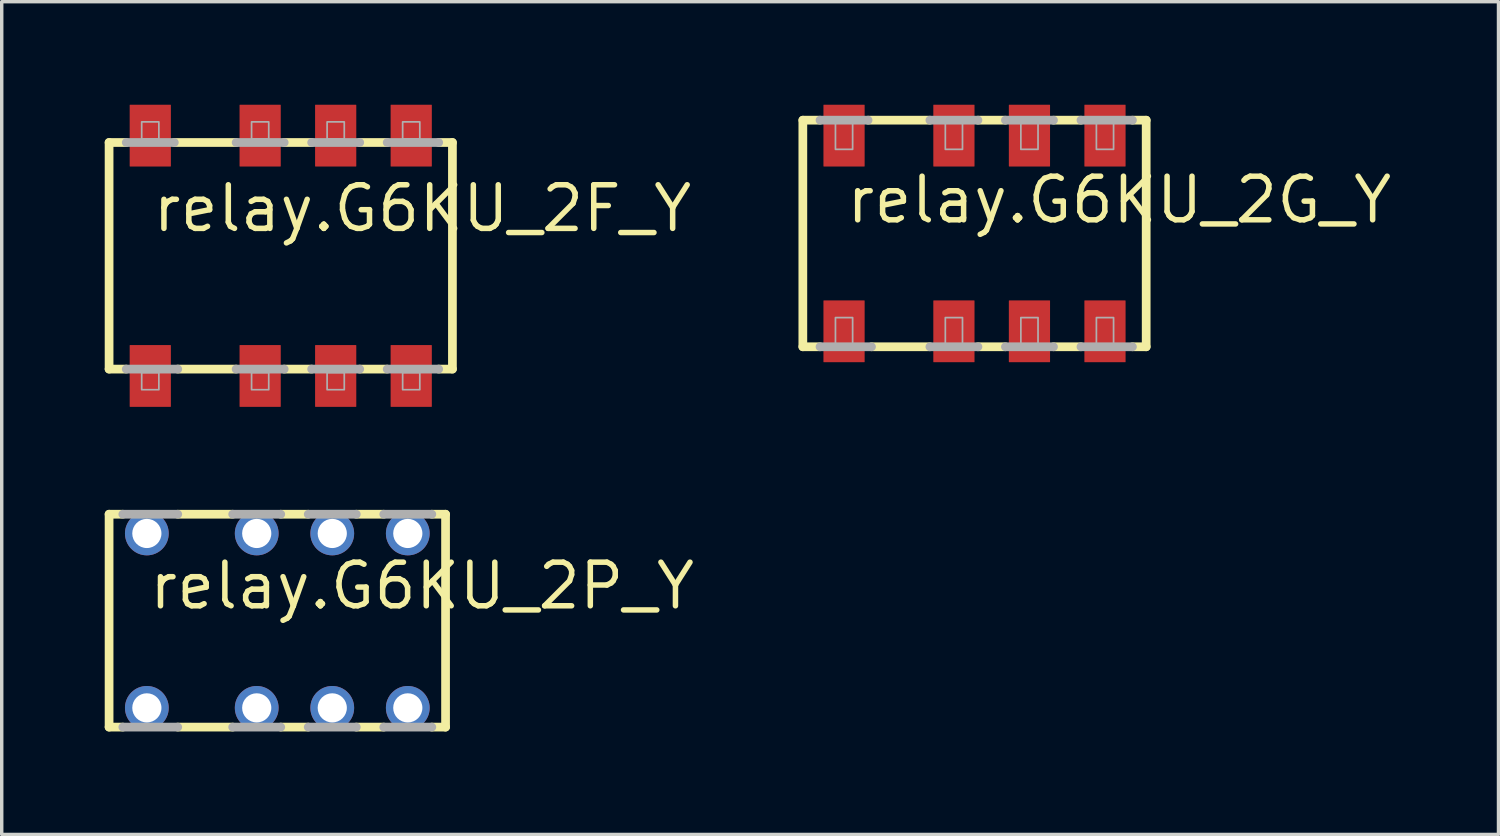
<source format=kicad_pcb>
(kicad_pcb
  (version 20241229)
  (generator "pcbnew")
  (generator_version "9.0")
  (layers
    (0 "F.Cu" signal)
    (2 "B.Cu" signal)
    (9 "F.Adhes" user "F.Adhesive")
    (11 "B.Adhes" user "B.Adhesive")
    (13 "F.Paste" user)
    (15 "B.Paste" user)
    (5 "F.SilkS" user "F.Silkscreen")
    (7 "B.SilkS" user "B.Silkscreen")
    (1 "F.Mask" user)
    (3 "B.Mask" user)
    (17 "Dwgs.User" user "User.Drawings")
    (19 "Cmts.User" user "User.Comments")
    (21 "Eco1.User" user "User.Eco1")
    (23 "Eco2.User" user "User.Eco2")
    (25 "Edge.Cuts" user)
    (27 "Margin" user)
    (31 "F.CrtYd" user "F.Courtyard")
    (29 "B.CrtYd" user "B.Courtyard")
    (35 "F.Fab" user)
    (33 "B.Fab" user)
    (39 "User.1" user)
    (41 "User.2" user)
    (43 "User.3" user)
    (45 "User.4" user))
  (footprint "relay.G6KU_2P_Y"
    (layer "F.Cu")
    (at 5.027 15.027)
    (property "Reference" "relay.G6KU_2P_Y" (at -3.81 -0.27 0) (layer "F.SilkS") (effects (font (size 1.27 1.27) (thickness 0.16)) (justify left bottom)))
    (attr through_hole)
    (fp_line (start -4.9 3.1) (end -4.9 -3.1) (stroke (width 0.254) (type default)) (layer "F.SilkS"))
    (fp_line (start -4.5 -3.1) (end -4.9 -3.1) (stroke (width 0.254) (type default)) (layer "F.SilkS"))
    (fp_line (start -4.5 3.1) (end -4.9 3.1) (stroke (width 0.254) (type default)) (layer "F.SilkS"))
    (fp_line (start -2.9 -3.1) (end -1.3 -3.1) (stroke (width 0.254) (type default)) (layer "F.SilkS"))
    (fp_line (start -1.3 3.1) (end -2.9 3.1) (stroke (width 0.254) (type default)) (layer "F.SilkS"))
    (fp_line (start 0.9 -3.1) (end 0.1 -3.1) (stroke (width 0.254) (type default)) (layer "F.SilkS"))
    (fp_line (start 0.9 3.1) (end 0.1 3.1) (stroke (width 0.254) (type default)) (layer "F.SilkS"))
    (fp_line (start 3.1 -3.1) (end 2.3 -3.1) (stroke (width 0.254) (type default)) (layer "F.SilkS"))
    (fp_line (start 3.1 3.1) (end 2.3 3.1) (stroke (width 0.254) (type default)) (layer "F.SilkS"))
    (fp_line (start 4.9 -3.1) (end 4.5 -3.1) (stroke (width 0.254) (type default)) (layer "F.SilkS"))
    (fp_line (start 4.9 -3.1) (end 4.9 3.1) (stroke (width 0.254) (type default)) (layer "F.SilkS"))
    (fp_line (start 4.9 3.1) (end 4.5 3.1) (stroke (width 0.254) (type default)) (layer "F.SilkS"))
    (fp_line (start -4.5 -3.1) (end -2.9 -3.1) (stroke (width 0.254) (type default)) (layer "F.Fab"))
    (fp_line (start -2.9 3.1) (end -4.5 3.1) (stroke (width 0.254) (type default)) (layer "F.Fab"))
    (fp_line (start -1.3 -3.1) (end 0.1 -3.1) (stroke (width 0.254) (type default)) (layer "F.Fab"))
    (fp_line (start 0.1 3.1) (end -1.3 3.1) (stroke (width 0.254) (type default)) (layer "F.Fab"))
    (fp_line (start 0.9 -3.1) (end 2.3 -3.1) (stroke (width 0.254) (type default)) (layer "F.Fab"))
    (fp_line (start 2.3 3.1) (end 0.9 3.1) (stroke (width 0.254) (type default)) (layer "F.Fab"))
    (fp_line (start 3.1 -3.1) (end 4.5 -3.1) (stroke (width 0.254) (type default)) (layer "F.Fab"))
    (fp_line (start 4.5 3.1) (end 3.1 3.1) (stroke (width 0.254) (type default)) (layer "F.Fab"))
    (pad "1" thru_hole circle (at -3.8 2.54) (size 1.275 1.275) (drill 0.85) (layers "*.Cu" "*.Mask"))
    (pad "2" thru_hole circle (at -0.6 2.54) (size 1.275 1.275) (drill 0.85) (layers "*.Cu" "*.Mask"))
    (pad "3" thru_hole circle (at 1.6 2.54) (size 1.275 1.275) (drill 0.85) (layers "*.Cu" "*.Mask"))
    (pad "4" thru_hole circle (at 3.8 2.54) (size 1.275 1.275) (drill 0.85) (layers "*.Cu" "*.Mask"))
    (pad "5" thru_hole circle (at 3.8 -2.54) (size 1.275 1.275) (drill 0.85) (layers "*.Cu" "*.Mask"))
    (pad "6" thru_hole circle (at 1.6 -2.54) (size 1.275 1.275) (drill 0.85) (layers "*.Cu" "*.Mask"))
    (pad "7" thru_hole circle (at -0.6 -2.54) (size 1.275 1.275) (drill 0.85) (layers "*.Cu" "*.Mask"))
    (pad "8" thru_hole circle (at -3.8 -2.54) (size 1.275 1.275) (drill 0.85) (layers "*.Cu" "*.Mask")))
  (footprint "relay.G6KU_2G_Y"
    (layer "F.Cu")
    (at 25.333 3.75)
    (property "Reference" "relay.G6KU_2G_Y" (at -3.81 -0.235 0) (layer "F.SilkS") (effects (font (size 1.27 1.27) (thickness 0.16)) (justify left bottom)))
    (attr smd)
    (fp_line (start -5 -3.3) (end -4.5 -3.3) (stroke (width 0.254) (type default)) (layer "F.SilkS"))
    (fp_line (start -5 3.3) (end -5 -3.3) (stroke (width 0.254) (type default)) (layer "F.SilkS"))
    (fp_line (start -5 3.3) (end -4.5 3.3) (stroke (width 0.254) (type default)) (layer "F.SilkS"))
    (fp_line (start -3.1 -3.3) (end -1.3 -3.3) (stroke (width 0.254) (type default)) (layer "F.SilkS"))
    (fp_line (start -1.3 3.3) (end -3 3.3) (stroke (width 0.254) (type default)) (layer "F.SilkS"))
    (fp_line (start 0.1 -3.3) (end 0.9 -3.3) (stroke (width 0.254) (type default)) (layer "F.SilkS"))
    (fp_line (start 0.9 3.3) (end 0.1 3.3) (stroke (width 0.254) (type default)) (layer "F.SilkS"))
    (fp_line (start 2.3 -3.3) (end 3.1 -3.3) (stroke (width 0.254) (type default)) (layer "F.SilkS"))
    (fp_line (start 3.1 3.3) (end 2.3 3.3) (stroke (width 0.254) (type default)) (layer "F.SilkS"))
    (fp_line (start 5 -3.3) (end 4.6 -3.3) (stroke (width 0.254) (type default)) (layer "F.SilkS"))
    (fp_line (start 5 -3.3) (end 5 3.3) (stroke (width 0.254) (type default)) (layer "F.SilkS"))
    (fp_line (start 5 3.3) (end 4.6 3.3) (stroke (width 0.254) (type default)) (layer "F.SilkS"))
    (fp_line (start -4.5 -3.3) (end -3.1 -3.3) (stroke (width 0.254) (type default)) (layer "F.Fab"))
    (fp_line (start -3 3.3) (end -4.5 3.3) (stroke (width 0.254) (type default)) (layer "F.Fab"))
    (fp_line (start -1.3 -3.3) (end 0.1 -3.3) (stroke (width 0.254) (type default)) (layer "F.Fab"))
    (fp_line (start 0.1 3.3) (end -1.3 3.3) (stroke (width 0.254) (type default)) (layer "F.Fab"))
    (fp_line (start 0.9 -3.3) (end 2.3 -3.3) (stroke (width 0.254) (type default)) (layer "F.Fab"))
    (fp_line (start 2.3 3.3) (end 0.9 3.3) (stroke (width 0.254) (type default)) (layer "F.Fab"))
    (fp_line (start 3.1 -3.3) (end 4.6 -3.3) (stroke (width 0.254) (type default)) (layer "F.Fab"))
    (fp_line (start 4.6 3.3) (end 3.1 3.3) (stroke (width 0.254) (type default)) (layer "F.Fab"))
    (fp_rect (start -4.05 -2.45) (end -3.55 -3.25) (stroke (width 0.05) (type default)) (fill no) (layer "F.Fab"))
    (fp_rect (start -4.05 3.25) (end -3.55 2.45) (stroke (width 0.05) (type default)) (fill no) (layer "F.Fab"))
    (fp_rect (start -0.85 -2.45) (end -0.35 -3.25) (stroke (width 0.05) (type default)) (fill no) (layer "F.Fab"))
    (fp_rect (start -0.85 3.25) (end -0.35 2.45) (stroke (width 0.05) (type default)) (fill no) (layer "F.Fab"))
    (fp_rect (start 1.35 -2.45) (end 1.85 -3.25) (stroke (width 0.05) (type default)) (fill no) (layer "F.Fab"))
    (fp_rect (start 1.35 3.25) (end 1.85 2.45) (stroke (width 0.05) (type default)) (fill no) (layer "F.Fab"))
    (fp_rect (start 3.55 -2.45) (end 4.05 -3.25) (stroke (width 0.05) (type default)) (fill no) (layer "F.Fab"))
    (fp_rect (start 3.55 3.25) (end 4.05 2.45) (stroke (width 0.05) (type default)) (fill no) (layer "F.Fab"))
    (pad "1" smd roundrect (at -3.8 2.85) (size 1.2 1.8) (layers "F.Cu" "F.Mask" "F.Paste") (roundrect_rratio 0.01))
    (pad "2" smd roundrect (at -0.6 2.85) (size 1.2 1.8) (layers "F.Cu" "F.Mask" "F.Paste") (roundrect_rratio 0.01))
    (pad "3" smd roundrect (at 1.6 2.85) (size 1.2 1.8) (layers "F.Cu" "F.Mask" "F.Paste") (roundrect_rratio 0.01))
    (pad "4" smd roundrect (at 3.8 2.85) (size 1.2 1.8) (layers "F.Cu" "F.Mask" "F.Paste") (roundrect_rratio 0.01))
    (pad "5" smd roundrect (at 3.8 -2.85) (size 1.2 1.8) (layers "F.Cu" "F.Mask" "F.Paste") (roundrect_rratio 0.01))
    (pad "6" smd roundrect (at 1.6 -2.85) (size 1.2 1.8) (layers "F.Cu" "F.Mask" "F.Paste") (roundrect_rratio 0.01))
    (pad "7" smd roundrect (at -0.6 -2.85) (size 1.2 1.8) (layers "F.Cu" "F.Mask" "F.Paste") (roundrect_rratio 0.01))
    (pad "8" smd roundrect (at -3.8 -2.85) (size 1.2 1.8) (layers "F.Cu" "F.Mask" "F.Paste") (roundrect_rratio 0.01)))
  (footprint "relay.G6KU_2F_Y"
    (layer "F.Cu")
    (at 5.127 4.4)
    (property "Reference" "relay.G6KU_2F_Y" (at -3.81 -0.635 0) (layer "F.SilkS") (effects (font (size 1.27 1.27) (thickness 0.16)) (justify left bottom)))
    (attr smd)
    (fp_line (start -5 -3.3) (end -4.5 -3.3) (stroke (width 0.254) (type default)) (layer "F.SilkS"))
    (fp_line (start -5 3.3) (end -5 -3.3) (stroke (width 0.254) (type default)) (layer "F.SilkS"))
    (fp_line (start -5 3.3) (end -4.5 3.3) (stroke (width 0.254) (type default)) (layer "F.SilkS"))
    (fp_line (start -3.1 -3.3) (end -1.3 -3.3) (stroke (width 0.254) (type default)) (layer "F.SilkS"))
    (fp_line (start -1.3 3.3) (end -3 3.3) (stroke (width 0.254) (type default)) (layer "F.SilkS"))
    (fp_line (start 0.1 -3.3) (end 0.9 -3.3) (stroke (width 0.254) (type default)) (layer "F.SilkS"))
    (fp_line (start 0.9 3.3) (end 0.1 3.3) (stroke (width 0.254) (type default)) (layer "F.SilkS"))
    (fp_line (start 2.3 -3.3) (end 3.1 -3.3) (stroke (width 0.254) (type default)) (layer "F.SilkS"))
    (fp_line (start 3.1 3.3) (end 2.3 3.3) (stroke (width 0.254) (type default)) (layer "F.SilkS"))
    (fp_line (start 5 -3.3) (end 4.6 -3.3) (stroke (width 0.254) (type default)) (layer "F.SilkS"))
    (fp_line (start 5 -3.3) (end 5 3.3) (stroke (width 0.254) (type default)) (layer "F.SilkS"))
    (fp_line (start 5 3.3) (end 4.6 3.3) (stroke (width 0.254) (type default)) (layer "F.SilkS"))
    (fp_line (start -4.5 -3.3) (end -3.1 -3.3) (stroke (width 0.254) (type default)) (layer "F.Fab"))
    (fp_line (start -3 3.3) (end -4.5 3.3) (stroke (width 0.254) (type default)) (layer "F.Fab"))
    (fp_line (start -1.3 -3.3) (end 0.1 -3.3) (stroke (width 0.254) (type default)) (layer "F.Fab"))
    (fp_line (start 0.1 3.3) (end -1.3 3.3) (stroke (width 0.254) (type default)) (layer "F.Fab"))
    (fp_line (start 0.9 -3.3) (end 2.3 -3.3) (stroke (width 0.254) (type default)) (layer "F.Fab"))
    (fp_line (start 2.3 3.3) (end 0.9 3.3) (stroke (width 0.254) (type default)) (layer "F.Fab"))
    (fp_line (start 3.1 -3.3) (end 4.6 -3.3) (stroke (width 0.254) (type default)) (layer "F.Fab"))
    (fp_line (start 4.6 3.3) (end 3.1 3.3) (stroke (width 0.254) (type default)) (layer "F.Fab"))
    (fp_rect (start -4.05 -3.4) (end -3.55 -3.9) (stroke (width 0.05) (type default)) (fill no) (layer "F.Fab"))
    (fp_rect (start -4.05 3.9) (end -3.55 3.4) (stroke (width 0.05) (type default)) (fill no) (layer "F.Fab"))
    (fp_rect (start -0.85 -3.4) (end -0.35 -3.9) (stroke (width 0.05) (type default)) (fill no) (layer "F.Fab"))
    (fp_rect (start -0.85 3.9) (end -0.35 3.4) (stroke (width 0.05) (type default)) (fill no) (layer "F.Fab"))
    (fp_rect (start 1.35 -3.4) (end 1.85 -3.9) (stroke (width 0.05) (type default)) (fill no) (layer "F.Fab"))
    (fp_rect (start 1.35 3.9) (end 1.85 3.4) (stroke (width 0.05) (type default)) (fill no) (layer "F.Fab"))
    (fp_rect (start 3.55 -3.4) (end 4.05 -3.9) (stroke (width 0.05) (type default)) (fill no) (layer "F.Fab"))
    (fp_rect (start 3.55 3.9) (end 4.05 3.4) (stroke (width 0.05) (type default)) (fill no) (layer "F.Fab"))
    (pad "1" smd roundrect (at -3.8 3.5) (size 1.2 1.8) (layers "F.Cu" "F.Mask" "F.Paste") (roundrect_rratio 0.01))
    (pad "2" smd roundrect (at -0.6 3.5) (size 1.2 1.8) (layers "F.Cu" "F.Mask" "F.Paste") (roundrect_rratio 0.01))
    (pad "3" smd roundrect (at 1.6 3.5) (size 1.2 1.8) (layers "F.Cu" "F.Mask" "F.Paste") (roundrect_rratio 0.01))
    (pad "4" smd roundrect (at 3.8 3.5) (size 1.2 1.8) (layers "F.Cu" "F.Mask" "F.Paste") (roundrect_rratio 0.01))
    (pad "5" smd roundrect (at 3.8 -3.5) (size 1.2 1.8) (layers "F.Cu" "F.Mask" "F.Paste") (roundrect_rratio 0.01))
    (pad "6" smd roundrect (at 1.6 -3.5) (size 1.2 1.8) (layers "F.Cu" "F.Mask" "F.Paste") (roundrect_rratio 0.01))
    (pad "7" smd roundrect (at -0.6 -3.5) (size 1.2 1.8) (layers "F.Cu" "F.Mask" "F.Paste") (roundrect_rratio 0.01))
    (pad "8" smd roundrect (at -3.8 -3.5) (size 1.2 1.8) (layers "F.Cu" "F.Mask" "F.Paste") (roundrect_rratio 0.01)))
  (gr_rect
    (start -3 -3)
    (end 40.594 21.254)
    (stroke (width 0.1) (type default))
    (fill no)
    (layer "Edge.Cuts")))
</source>
